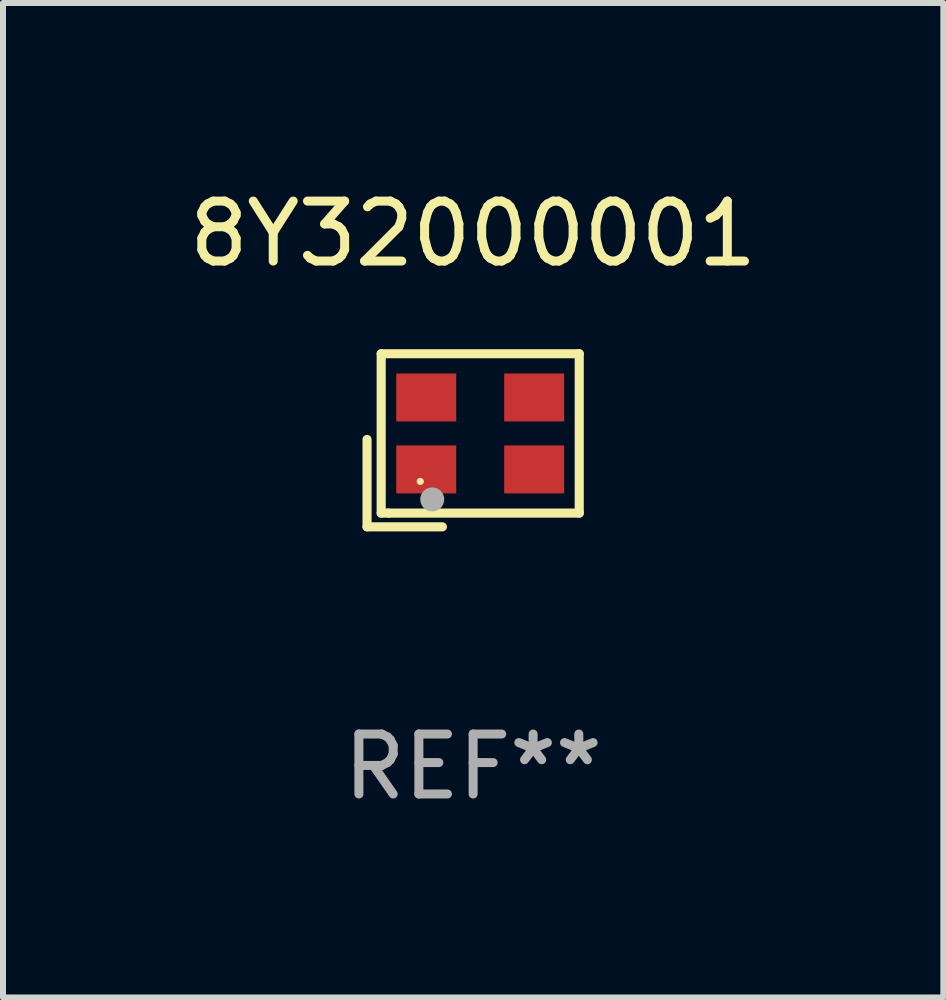
<source format=kicad_pcb>
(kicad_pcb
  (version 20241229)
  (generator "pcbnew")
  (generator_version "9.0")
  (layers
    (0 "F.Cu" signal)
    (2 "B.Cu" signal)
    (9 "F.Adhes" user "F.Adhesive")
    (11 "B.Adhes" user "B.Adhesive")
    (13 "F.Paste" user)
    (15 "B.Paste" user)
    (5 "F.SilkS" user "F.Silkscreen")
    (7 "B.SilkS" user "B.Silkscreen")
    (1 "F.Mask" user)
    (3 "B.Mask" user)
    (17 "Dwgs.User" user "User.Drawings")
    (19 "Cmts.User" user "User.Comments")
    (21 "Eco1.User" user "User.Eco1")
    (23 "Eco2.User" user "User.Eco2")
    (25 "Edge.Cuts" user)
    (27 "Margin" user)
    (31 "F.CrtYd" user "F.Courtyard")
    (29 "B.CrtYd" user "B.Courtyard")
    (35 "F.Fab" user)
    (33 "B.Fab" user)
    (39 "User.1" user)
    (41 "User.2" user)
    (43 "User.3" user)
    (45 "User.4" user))
  (footprint "8Y32000001"
    (layer "F.Cu")
    (at 4.839 4.291)
    (property "Reference" "8Y32000001" (at 0 -3.443 0) (layer "F.SilkS") (effects (font (size 1 1) (thickness 0.15))))
    (attr through_hole)
    (fp_line (start -1.769 -0.014) (end -1.769 1.443) (stroke (width 0.152) (type solid)) (layer "F.SilkS"))
    (fp_line (start -1.769 1.443) (end -0.512 1.443) (stroke (width 0.152) (type solid)) (layer "F.SilkS"))
    (fp_line (start -1.533 -1.443) (end 1.769 -1.443) (stroke (width 0.152) (type solid)) (layer "F.SilkS"))
    (fp_line (start -1.533 1.214) (end -1.533 -1.443) (stroke (width 0.152) (type solid)) (layer "F.SilkS"))
    (fp_line (start -1.411 1.214) (end -1.533 1.214) (stroke (width 0.152) (type solid)) (layer "F.SilkS"))
    (fp_line (start 1.769 -1.443) (end 1.769 1.214) (stroke (width 0.152) (type solid)) (layer "F.SilkS"))
    (fp_line (start 1.769 1.214) (end -1.411 1.214) (stroke (width 0.152) (type solid)) (layer "F.SilkS"))
    (fp_circle (center -0.882 0.686) (end -0.852 0.686) (stroke (width 0.06) (type solid)) (fill no) (layer "F.SilkS"))
    (fp_circle (center -0.682 0.986) (end -0.582 0.986) (stroke (width 0.2) (type solid)) (fill no) (layer "F.Fab"))
    (fp_text user "REF**" (at 0 5.443 0) (layer "F.Fab") (effects (font (size 1 1) (thickness 0.15))))
    (pad "1" smd rect (at -0.782 0.486 90) (size 0.8 1) (layers "F.Cu" "F.Mask" "F.Paste"))
    (pad "2" smd rect (at 1.018 0.486 90) (size 0.8 1) (layers "F.Cu" "F.Mask" "F.Paste"))
    (pad "3" smd rect (at 1.018 -0.714 90) (size 0.8 1) (layers "F.Cu" "F.Mask" "F.Paste"))
    (pad "4" smd rect (at -0.782 -0.714 90) (size 0.8 1) (layers "F.Cu" "F.Mask" "F.Paste")))
  (gr_rect
    (start -3 -3)
    (end 12.679 13.582)
    (stroke (width 0.1) (type default))
    (fill no)
    (layer "Edge.Cuts")))
</source>
